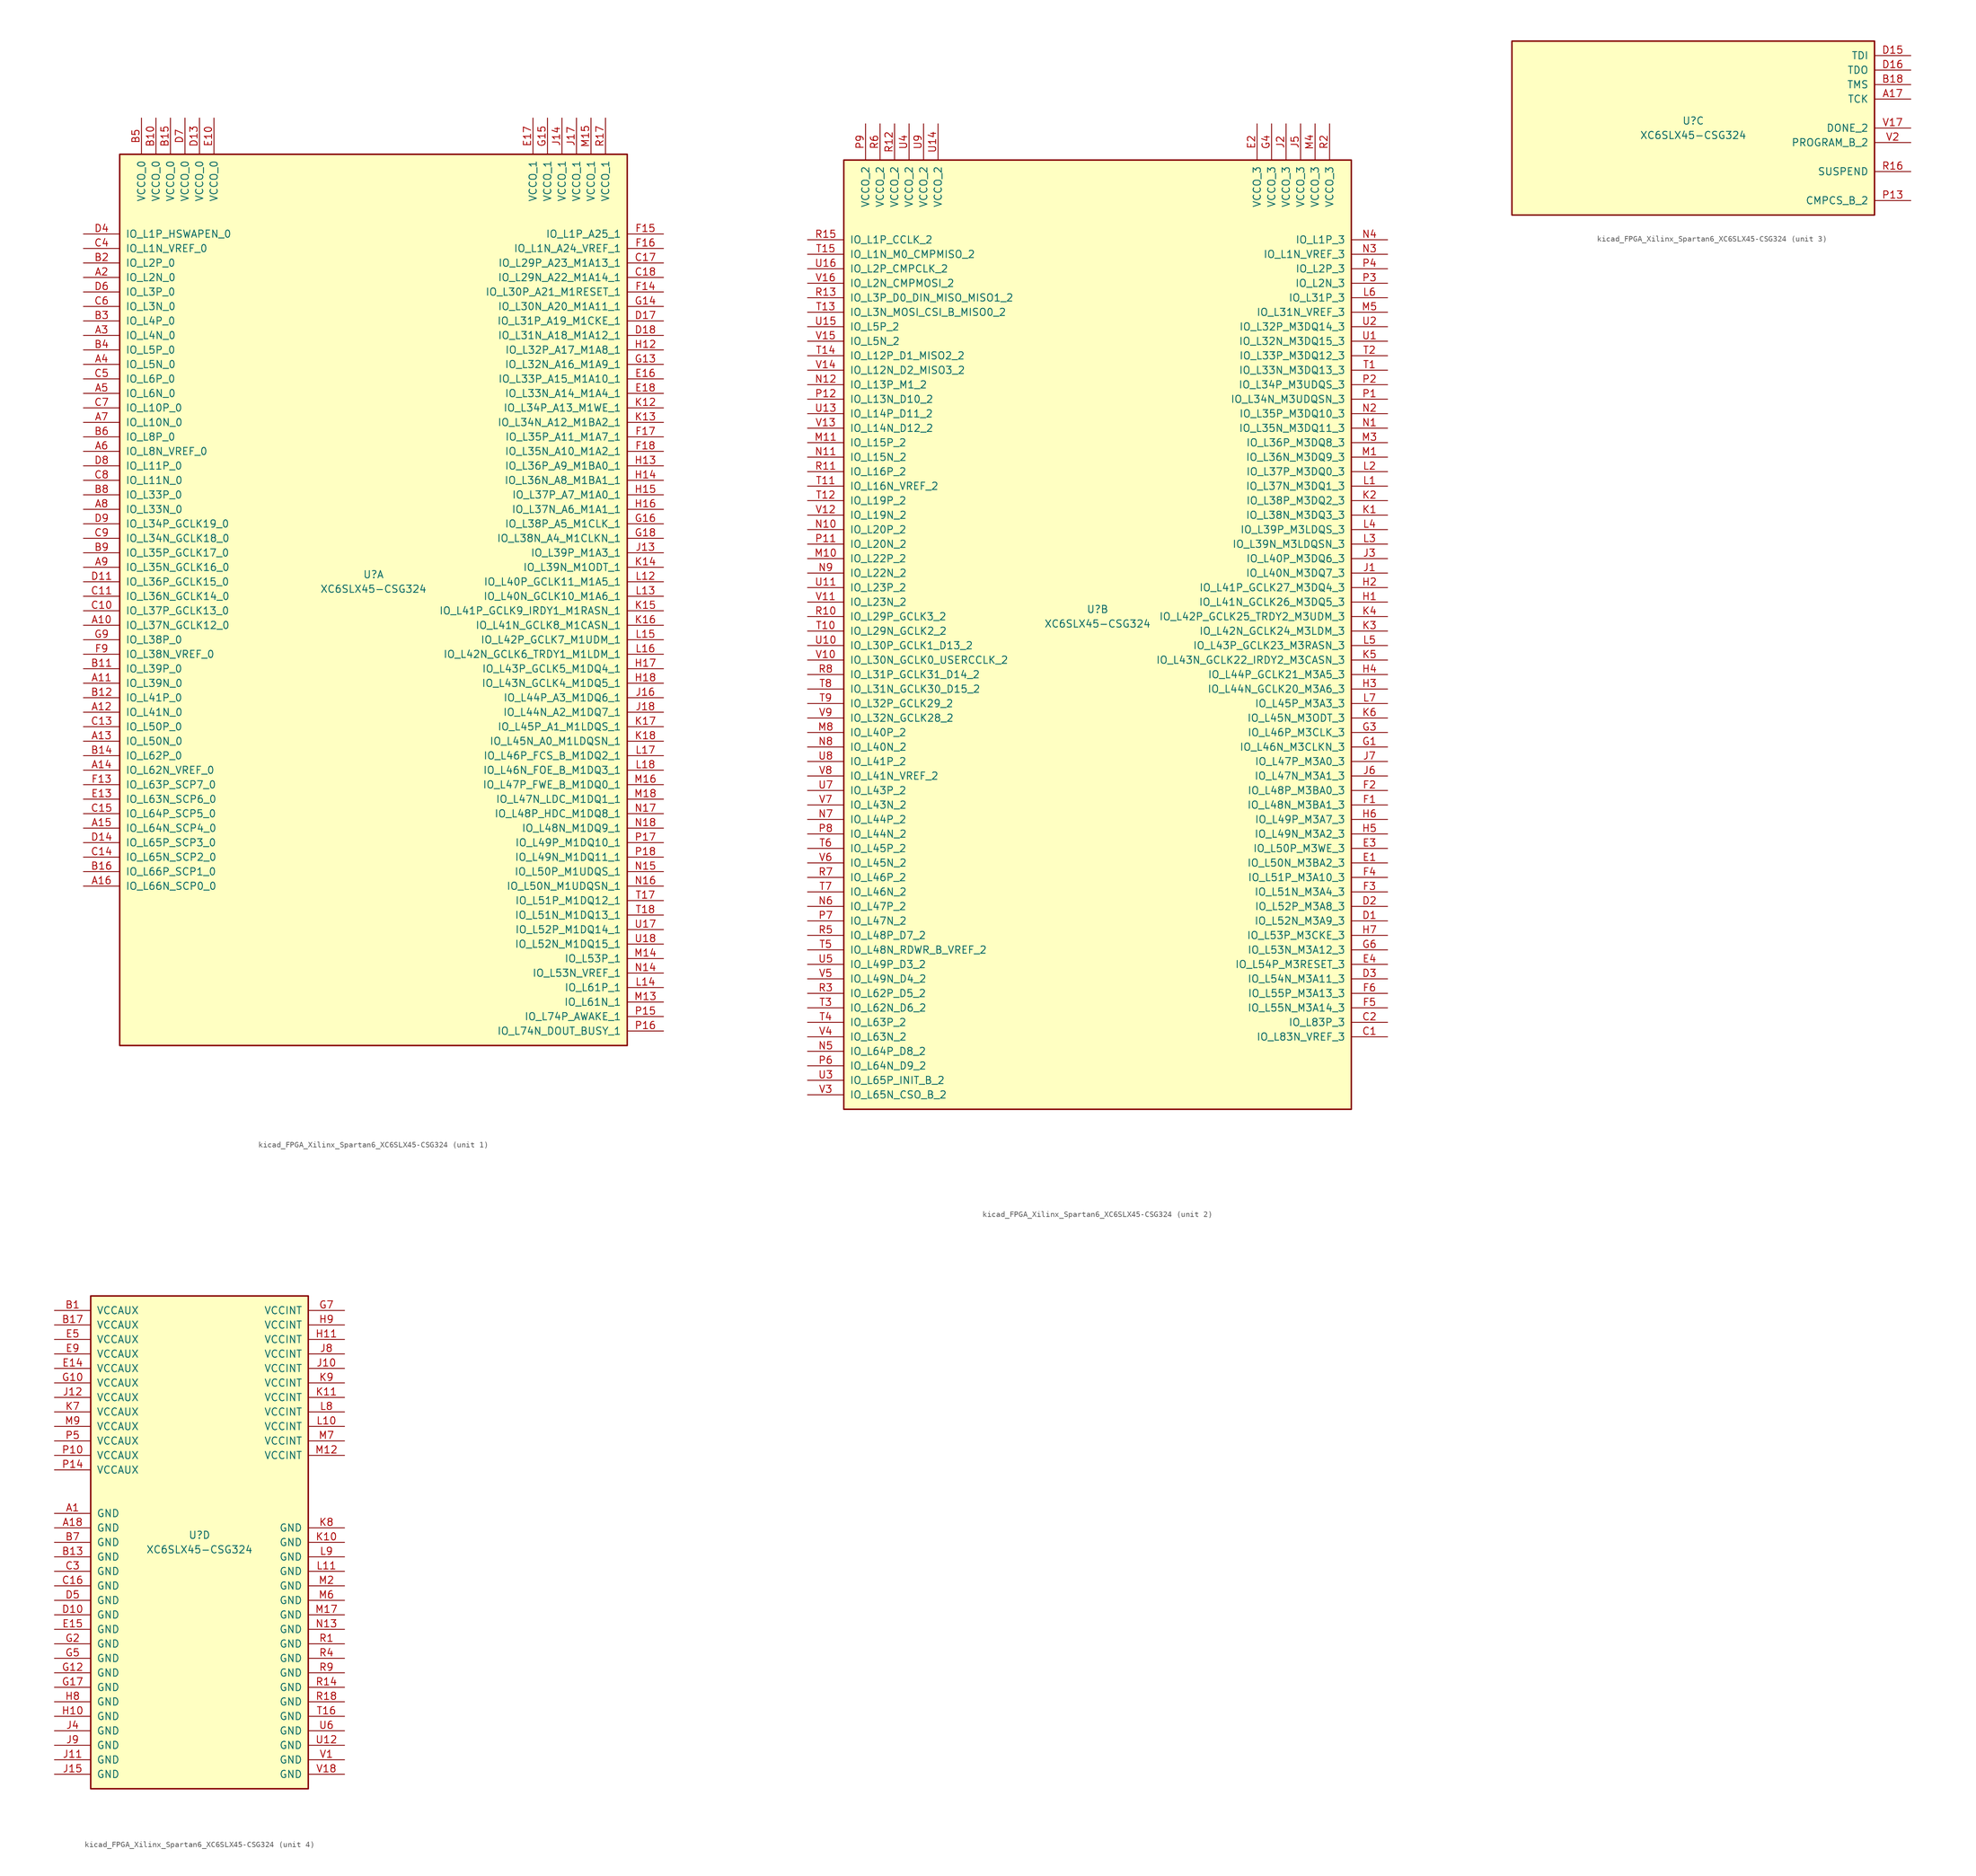
<source format=kicad_sym>
(kicad_symbol_lib
  (version 20220914)
  (generator kicad_symbol_editor)
  (symbol "kicad_FPGA_Xilinx_Spartan6_XC6SLX45-CSG324"
    (pin_names
      (offset 1.016))
    (property "Reference" "U"
      (at 0 1.27 0)
      (effects (font (size 1.27 1.27))))
    (property "Value" "XC6SLX45-CSG324"
      (at 0 -1.27 0)
      (effects (font (size 1.27 1.27))))
    (property "Datasheet" ""
      (at 0 0 0)
      (effects (font (size 1.27 1.27))))
    (property "ki_locked" ""
      (at 0 0 0)
      (effects (font (size 1.27 1.27))))
    (symbol "kicad_FPGA_Xilinx_Spartan6_XC6SLX45-CSG324_1_1"
      (rectangle (start -44.45 74.93) (end 44.45 -81.28) (stroke (width 0.254) (type default)) (fill (type background)))
      (pin bidirectional line (at -50.8 -7.62 0) (length 6.35) (name "IO_L37N_GCLK12_0" (effects (font (size 1.27 1.27)))) (number "A10" (effects (font (size 1.27 1.27)))))
      (pin bidirectional line (at -50.8 -17.78 0) (length 6.35) (name "IO_L39N_0" (effects (font (size 1.27 1.27)))) (number "A11" (effects (font (size 1.27 1.27)))))
      (pin bidirectional line (at -50.8 -22.86 0) (length 6.35) (name "IO_L41N_0" (effects (font (size 1.27 1.27)))) (number "A12" (effects (font (size 1.27 1.27)))))
      (pin bidirectional line (at -50.8 -27.94 0) (length 6.35) (name "IO_L50N_0" (effects (font (size 1.27 1.27)))) (number "A13" (effects (font (size 1.27 1.27)))))
      (pin bidirectional line (at -50.8 -33.02 0) (length 6.35) (name "IO_L62N_VREF_0" (effects (font (size 1.27 1.27)))) (number "A14" (effects (font (size 1.27 1.27)))))
      (pin bidirectional line (at -50.8 -43.18 0) (length 6.35) (name "IO_L64N_SCP4_0" (effects (font (size 1.27 1.27)))) (number "A15" (effects (font (size 1.27 1.27)))))
      (pin bidirectional line (at -50.8 -53.34 0) (length 6.35) (name "IO_L66N_SCP0_0" (effects (font (size 1.27 1.27)))) (number "A16" (effects (font (size 1.27 1.27)))))
      (pin bidirectional line (at -50.8 53.34 0) (length 6.35) (name "IO_L2N_0" (effects (font (size 1.27 1.27)))) (number "A2" (effects (font (size 1.27 1.27)))))
      (pin bidirectional line (at -50.8 43.18 0) (length 6.35) (name "IO_L4N_0" (effects (font (size 1.27 1.27)))) (number "A3" (effects (font (size 1.27 1.27)))))
      (pin bidirectional line (at -50.8 38.1 0) (length 6.35) (name "IO_L5N_0" (effects (font (size 1.27 1.27)))) (number "A4" (effects (font (size 1.27 1.27)))))
      (pin bidirectional line (at -50.8 33.02 0) (length 6.35) (name "IO_L6N_0" (effects (font (size 1.27 1.27)))) (number "A5" (effects (font (size 1.27 1.27)))))
      (pin bidirectional line (at -50.8 22.86 0) (length 6.35) (name "IO_L8N_VREF_0" (effects (font (size 1.27 1.27)))) (number "A6" (effects (font (size 1.27 1.27)))))
      (pin bidirectional line (at -50.8 27.94 0) (length 6.35) (name "IO_L10N_0" (effects (font (size 1.27 1.27)))) (number "A7" (effects (font (size 1.27 1.27)))))
      (pin bidirectional line (at -50.8 12.7 0) (length 6.35) (name "IO_L33N_0" (effects (font (size 1.27 1.27)))) (number "A8" (effects (font (size 1.27 1.27)))))
      (pin bidirectional line (at -50.8 2.54 0) (length 6.35) (name "IO_L35N_GCLK16_0" (effects (font (size 1.27 1.27)))) (number "A9" (effects (font (size 1.27 1.27)))))
      (pin power_in line (at -38.1 81.28 270) (length 6.35) (name "VCCO_0" (effects (font (size 1.27 1.27)))) (number "B10" (effects (font (size 1.27 1.27)))))
      (pin bidirectional line (at -50.8 -15.24 0) (length 6.35) (name "IO_L39P_0" (effects (font (size 1.27 1.27)))) (number "B11" (effects (font (size 1.27 1.27)))))
      (pin bidirectional line (at -50.8 -20.32 0) (length 6.35) (name "IO_L41P_0" (effects (font (size 1.27 1.27)))) (number "B12" (effects (font (size 1.27 1.27)))))
      (pin bidirectional line (at -50.8 -30.48 0) (length 6.35) (name "IO_L62P_0" (effects (font (size 1.27 1.27)))) (number "B14" (effects (font (size 1.27 1.27)))))
      (pin power_in line (at -35.56 81.28 270) (length 6.35) (name "VCCO_0" (effects (font (size 1.27 1.27)))) (number "B15" (effects (font (size 1.27 1.27)))))
      (pin bidirectional line (at -50.8 -50.8 0) (length 6.35) (name "IO_L66P_SCP1_0" (effects (font (size 1.27 1.27)))) (number "B16" (effects (font (size 1.27 1.27)))))
      (pin bidirectional line (at -50.8 55.88 0) (length 6.35) (name "IO_L2P_0" (effects (font (size 1.27 1.27)))) (number "B2" (effects (font (size 1.27 1.27)))))
      (pin bidirectional line (at -50.8 45.72 0) (length 6.35) (name "IO_L4P_0" (effects (font (size 1.27 1.27)))) (number "B3" (effects (font (size 1.27 1.27)))))
      (pin bidirectional line (at -50.8 40.64 0) (length 6.35) (name "IO_L5P_0" (effects (font (size 1.27 1.27)))) (number "B4" (effects (font (size 1.27 1.27)))))
      (pin power_in line (at -40.64 81.28 270) (length 6.35) (name "VCCO_0" (effects (font (size 1.27 1.27)))) (number "B5" (effects (font (size 1.27 1.27)))))
      (pin bidirectional line (at -50.8 25.4 0) (length 6.35) (name "IO_L8P_0" (effects (font (size 1.27 1.27)))) (number "B6" (effects (font (size 1.27 1.27)))))
      (pin bidirectional line (at -50.8 15.24 0) (length 6.35) (name "IO_L33P_0" (effects (font (size 1.27 1.27)))) (number "B8" (effects (font (size 1.27 1.27)))))
      (pin bidirectional line (at -50.8 5.08 0) (length 6.35) (name "IO_L35P_GCLK17_0" (effects (font (size 1.27 1.27)))) (number "B9" (effects (font (size 1.27 1.27)))))
      (pin bidirectional line (at -50.8 -5.08 0) (length 6.35) (name "IO_L37P_GCLK13_0" (effects (font (size 1.27 1.27)))) (number "C10" (effects (font (size 1.27 1.27)))))
      (pin bidirectional line (at -50.8 -2.54 0) (length 6.35) (name "IO_L36N_GCLK14_0" (effects (font (size 1.27 1.27)))) (number "C11" (effects (font (size 1.27 1.27)))))
      (pin bidirectional line (at -50.8 -25.4 0) (length 6.35) (name "IO_L50P_0" (effects (font (size 1.27 1.27)))) (number "C13" (effects (font (size 1.27 1.27)))))
      (pin bidirectional line (at -50.8 -48.26 0) (length 6.35) (name "IO_L65N_SCP2_0" (effects (font (size 1.27 1.27)))) (number "C14" (effects (font (size 1.27 1.27)))))
      (pin bidirectional line (at -50.8 -40.64 0) (length 6.35) (name "IO_L64P_SCP5_0" (effects (font (size 1.27 1.27)))) (number "C15" (effects (font (size 1.27 1.27)))))
      (pin bidirectional line (at 50.8 55.88 180) (length 6.35) (name "IO_L29P_A23_M1A13_1" (effects (font (size 1.27 1.27)))) (number "C17" (effects (font (size 1.27 1.27)))))
      (pin bidirectional line (at 50.8 53.34 180) (length 6.35) (name "IO_L29N_A22_M1A14_1" (effects (font (size 1.27 1.27)))) (number "C18" (effects (font (size 1.27 1.27)))))
      (pin bidirectional line (at -50.8 58.42 0) (length 6.35) (name "IO_L1N_VREF_0" (effects (font (size 1.27 1.27)))) (number "C4" (effects (font (size 1.27 1.27)))))
      (pin bidirectional line (at -50.8 35.56 0) (length 6.35) (name "IO_L6P_0" (effects (font (size 1.27 1.27)))) (number "C5" (effects (font (size 1.27 1.27)))))
      (pin bidirectional line (at -50.8 48.26 0) (length 6.35) (name "IO_L3N_0" (effects (font (size 1.27 1.27)))) (number "C6" (effects (font (size 1.27 1.27)))))
      (pin bidirectional line (at -50.8 30.48 0) (length 6.35) (name "IO_L10P_0" (effects (font (size 1.27 1.27)))) (number "C7" (effects (font (size 1.27 1.27)))))
      (pin bidirectional line (at -50.8 17.78 0) (length 6.35) (name "IO_L11N_0" (effects (font (size 1.27 1.27)))) (number "C8" (effects (font (size 1.27 1.27)))))
      (pin bidirectional line (at -50.8 7.62 0) (length 6.35) (name "IO_L34N_GCLK18_0" (effects (font (size 1.27 1.27)))) (number "C9" (effects (font (size 1.27 1.27)))))
      (pin bidirectional line (at -50.8 0 0) (length 6.35) (name "IO_L36P_GCLK15_0" (effects (font (size 1.27 1.27)))) (number "D11" (effects (font (size 1.27 1.27)))))
      (pin power_in line (at -30.48 81.28 270) (length 6.35) (name "VCCO_0" (effects (font (size 1.27 1.27)))) (number "D13" (effects (font (size 1.27 1.27)))))
      (pin bidirectional line (at -50.8 -45.72 0) (length 6.35) (name "IO_L65P_SCP3_0" (effects (font (size 1.27 1.27)))) (number "D14" (effects (font (size 1.27 1.27)))))
      (pin bidirectional line (at 50.8 45.72 180) (length 6.35) (name "IO_L31P_A19_M1CKE_1" (effects (font (size 1.27 1.27)))) (number "D17" (effects (font (size 1.27 1.27)))))
      (pin bidirectional line (at 50.8 43.18 180) (length 6.35) (name "IO_L31N_A18_M1A12_1" (effects (font (size 1.27 1.27)))) (number "D18" (effects (font (size 1.27 1.27)))))
      (pin bidirectional line (at -50.8 60.96 0) (length 6.35) (name "IO_L1P_HSWAPEN_0" (effects (font (size 1.27 1.27)))) (number "D4" (effects (font (size 1.27 1.27)))))
      (pin bidirectional line (at -50.8 50.8 0) (length 6.35) (name "IO_L3P_0" (effects (font (size 1.27 1.27)))) (number "D6" (effects (font (size 1.27 1.27)))))
      (pin power_in line (at -33.02 81.28 270) (length 6.35) (name "VCCO_0" (effects (font (size 1.27 1.27)))) (number "D7" (effects (font (size 1.27 1.27)))))
      (pin bidirectional line (at -50.8 20.32 0) (length 6.35) (name "IO_L11P_0" (effects (font (size 1.27 1.27)))) (number "D8" (effects (font (size 1.27 1.27)))))
      (pin bidirectional line (at -50.8 10.16 0) (length 6.35) (name "IO_L34P_GCLK19_0" (effects (font (size 1.27 1.27)))) (number "D9" (effects (font (size 1.27 1.27)))))
      (pin power_in line (at -27.94 81.28 270) (length 6.35) (name "VCCO_0" (effects (font (size 1.27 1.27)))) (number "E10" (effects (font (size 1.27 1.27)))))
      (pin bidirectional line (at -50.8 -38.1 0) (length 6.35) (name "IO_L63N_SCP6_0" (effects (font (size 1.27 1.27)))) (number "E13" (effects (font (size 1.27 1.27)))))
      (pin bidirectional line (at 50.8 35.56 180) (length 6.35) (name "IO_L33P_A15_M1A10_1" (effects (font (size 1.27 1.27)))) (number "E16" (effects (font (size 1.27 1.27)))))
      (pin power_in line (at 27.94 81.28 270) (length 6.35) (name "VCCO_1" (effects (font (size 1.27 1.27)))) (number "E17" (effects (font (size 1.27 1.27)))))
      (pin bidirectional line (at 50.8 33.02 180) (length 6.35) (name "IO_L33N_A14_M1A4_1" (effects (font (size 1.27 1.27)))) (number "E18" (effects (font (size 1.27 1.27)))))
      (pin bidirectional line (at -50.8 -35.56 0) (length 6.35) (name "IO_L63P_SCP7_0" (effects (font (size 1.27 1.27)))) (number "F13" (effects (font (size 1.27 1.27)))))
      (pin bidirectional line (at 50.8 50.8 180) (length 6.35) (name "IO_L30P_A21_M1RESET_1" (effects (font (size 1.27 1.27)))) (number "F14" (effects (font (size 1.27 1.27)))))
      (pin bidirectional line (at 50.8 60.96 180) (length 6.35) (name "IO_L1P_A25_1" (effects (font (size 1.27 1.27)))) (number "F15" (effects (font (size 1.27 1.27)))))
      (pin bidirectional line (at 50.8 58.42 180) (length 6.35) (name "IO_L1N_A24_VREF_1" (effects (font (size 1.27 1.27)))) (number "F16" (effects (font (size 1.27 1.27)))))
      (pin bidirectional line (at 50.8 25.4 180) (length 6.35) (name "IO_L35P_A11_M1A7_1" (effects (font (size 1.27 1.27)))) (number "F17" (effects (font (size 1.27 1.27)))))
      (pin bidirectional line (at 50.8 22.86 180) (length 6.35) (name "IO_L35N_A10_M1A2_1" (effects (font (size 1.27 1.27)))) (number "F18" (effects (font (size 1.27 1.27)))))
      (pin bidirectional line (at -50.8 -12.7 0) (length 6.35) (name "IO_L38N_VREF_0" (effects (font (size 1.27 1.27)))) (number "F9" (effects (font (size 1.27 1.27)))))
      (pin bidirectional line (at 50.8 38.1 180) (length 6.35) (name "IO_L32N_A16_M1A9_1" (effects (font (size 1.27 1.27)))) (number "G13" (effects (font (size 1.27 1.27)))))
      (pin bidirectional line (at 50.8 48.26 180) (length 6.35) (name "IO_L30N_A20_M1A11_1" (effects (font (size 1.27 1.27)))) (number "G14" (effects (font (size 1.27 1.27)))))
      (pin power_in line (at 30.48 81.28 270) (length 6.35) (name "VCCO_1" (effects (font (size 1.27 1.27)))) (number "G15" (effects (font (size 1.27 1.27)))))
      (pin bidirectional line (at 50.8 10.16 180) (length 6.35) (name "IO_L38P_A5_M1CLK_1" (effects (font (size 1.27 1.27)))) (number "G16" (effects (font (size 1.27 1.27)))))
      (pin bidirectional line (at 50.8 7.62 180) (length 6.35) (name "IO_L38N_A4_M1CLKN_1" (effects (font (size 1.27 1.27)))) (number "G18" (effects (font (size 1.27 1.27)))))
      (pin bidirectional line (at -50.8 -10.16 0) (length 6.35) (name "IO_L38P_0" (effects (font (size 1.27 1.27)))) (number "G9" (effects (font (size 1.27 1.27)))))
      (pin bidirectional line (at 50.8 40.64 180) (length 6.35) (name "IO_L32P_A17_M1A8_1" (effects (font (size 1.27 1.27)))) (number "H12" (effects (font (size 1.27 1.27)))))
      (pin bidirectional line (at 50.8 20.32 180) (length 6.35) (name "IO_L36P_A9_M1BA0_1" (effects (font (size 1.27 1.27)))) (number "H13" (effects (font (size 1.27 1.27)))))
      (pin bidirectional line (at 50.8 17.78 180) (length 6.35) (name "IO_L36N_A8_M1BA1_1" (effects (font (size 1.27 1.27)))) (number "H14" (effects (font (size 1.27 1.27)))))
      (pin bidirectional line (at 50.8 15.24 180) (length 6.35) (name "IO_L37P_A7_M1A0_1" (effects (font (size 1.27 1.27)))) (number "H15" (effects (font (size 1.27 1.27)))))
      (pin bidirectional line (at 50.8 12.7 180) (length 6.35) (name "IO_L37N_A6_M1A1_1" (effects (font (size 1.27 1.27)))) (number "H16" (effects (font (size 1.27 1.27)))))
      (pin bidirectional line (at 50.8 -15.24 180) (length 6.35) (name "IO_L43P_GCLK5_M1DQ4_1" (effects (font (size 1.27 1.27)))) (number "H17" (effects (font (size 1.27 1.27)))))
      (pin bidirectional line (at 50.8 -17.78 180) (length 6.35) (name "IO_L43N_GCLK4_M1DQ5_1" (effects (font (size 1.27 1.27)))) (number "H18" (effects (font (size 1.27 1.27)))))
      (pin bidirectional line (at 50.8 5.08 180) (length 6.35) (name "IO_L39P_M1A3_1" (effects (font (size 1.27 1.27)))) (number "J13" (effects (font (size 1.27 1.27)))))
      (pin power_in line (at 33.02 81.28 270) (length 6.35) (name "VCCO_1" (effects (font (size 1.27 1.27)))) (number "J14" (effects (font (size 1.27 1.27)))))
      (pin bidirectional line (at 50.8 -20.32 180) (length 6.35) (name "IO_L44P_A3_M1DQ6_1" (effects (font (size 1.27 1.27)))) (number "J16" (effects (font (size 1.27 1.27)))))
      (pin power_in line (at 35.56 81.28 270) (length 6.35) (name "VCCO_1" (effects (font (size 1.27 1.27)))) (number "J17" (effects (font (size 1.27 1.27)))))
      (pin bidirectional line (at 50.8 -22.86 180) (length 6.35) (name "IO_L44N_A2_M1DQ7_1" (effects (font (size 1.27 1.27)))) (number "J18" (effects (font (size 1.27 1.27)))))
      (pin bidirectional line (at 50.8 30.48 180) (length 6.35) (name "IO_L34P_A13_M1WE_1" (effects (font (size 1.27 1.27)))) (number "K12" (effects (font (size 1.27 1.27)))))
      (pin bidirectional line (at 50.8 27.94 180) (length 6.35) (name "IO_L34N_A12_M1BA2_1" (effects (font (size 1.27 1.27)))) (number "K13" (effects (font (size 1.27 1.27)))))
      (pin bidirectional line (at 50.8 2.54 180) (length 6.35) (name "IO_L39N_M1ODT_1" (effects (font (size 1.27 1.27)))) (number "K14" (effects (font (size 1.27 1.27)))))
      (pin bidirectional line (at 50.8 -5.08 180) (length 6.35) (name "IO_L41P_GCLK9_IRDY1_M1RASN_1" (effects (font (size 1.27 1.27)))) (number "K15" (effects (font (size 1.27 1.27)))))
      (pin bidirectional line (at 50.8 -7.62 180) (length 6.35) (name "IO_L41N_GCLK8_M1CASN_1" (effects (font (size 1.27 1.27)))) (number "K16" (effects (font (size 1.27 1.27)))))
      (pin bidirectional line (at 50.8 -25.4 180) (length 6.35) (name "IO_L45P_A1_M1LDQS_1" (effects (font (size 1.27 1.27)))) (number "K17" (effects (font (size 1.27 1.27)))))
      (pin bidirectional line (at 50.8 -27.94 180) (length 6.35) (name "IO_L45N_A0_M1LDQSN_1" (effects (font (size 1.27 1.27)))) (number "K18" (effects (font (size 1.27 1.27)))))
      (pin bidirectional line (at 50.8 0 180) (length 6.35) (name "IO_L40P_GCLK11_M1A5_1" (effects (font (size 1.27 1.27)))) (number "L12" (effects (font (size 1.27 1.27)))))
      (pin bidirectional line (at 50.8 -2.54 180) (length 6.35) (name "IO_L40N_GCLK10_M1A6_1" (effects (font (size 1.27 1.27)))) (number "L13" (effects (font (size 1.27 1.27)))))
      (pin bidirectional line (at 50.8 -71.12 180) (length 6.35) (name "IO_L61P_1" (effects (font (size 1.27 1.27)))) (number "L14" (effects (font (size 1.27 1.27)))))
      (pin bidirectional line (at 50.8 -10.16 180) (length 6.35) (name "IO_L42P_GCLK7_M1UDM_1" (effects (font (size 1.27 1.27)))) (number "L15" (effects (font (size 1.27 1.27)))))
      (pin bidirectional line (at 50.8 -12.7 180) (length 6.35) (name "IO_L42N_GCLK6_TRDY1_M1LDM_1" (effects (font (size 1.27 1.27)))) (number "L16" (effects (font (size 1.27 1.27)))))
      (pin bidirectional line (at 50.8 -30.48 180) (length 6.35) (name "IO_L46P_FCS_B_M1DQ2_1" (effects (font (size 1.27 1.27)))) (number "L17" (effects (font (size 1.27 1.27)))))
      (pin bidirectional line (at 50.8 -33.02 180) (length 6.35) (name "IO_L46N_FOE_B_M1DQ3_1" (effects (font (size 1.27 1.27)))) (number "L18" (effects (font (size 1.27 1.27)))))
      (pin bidirectional line (at 50.8 -73.66 180) (length 6.35) (name "IO_L61N_1" (effects (font (size 1.27 1.27)))) (number "M13" (effects (font (size 1.27 1.27)))))
      (pin bidirectional line (at 50.8 -66.04 180) (length 6.35) (name "IO_L53P_1" (effects (font (size 1.27 1.27)))) (number "M14" (effects (font (size 1.27 1.27)))))
      (pin power_in line (at 38.1 81.28 270) (length 6.35) (name "VCCO_1" (effects (font (size 1.27 1.27)))) (number "M15" (effects (font (size 1.27 1.27)))))
      (pin bidirectional line (at 50.8 -35.56 180) (length 6.35) (name "IO_L47P_FWE_B_M1DQ0_1" (effects (font (size 1.27 1.27)))) (number "M16" (effects (font (size 1.27 1.27)))))
      (pin bidirectional line (at 50.8 -38.1 180) (length 6.35) (name "IO_L47N_LDC_M1DQ1_1" (effects (font (size 1.27 1.27)))) (number "M18" (effects (font (size 1.27 1.27)))))
      (pin bidirectional line (at 50.8 -68.58 180) (length 6.35) (name "IO_L53N_VREF_1" (effects (font (size 1.27 1.27)))) (number "N14" (effects (font (size 1.27 1.27)))))
      (pin bidirectional line (at 50.8 -50.8 180) (length 6.35) (name "IO_L50P_M1UDQS_1" (effects (font (size 1.27 1.27)))) (number "N15" (effects (font (size 1.27 1.27)))))
      (pin bidirectional line (at 50.8 -53.34 180) (length 6.35) (name "IO_L50N_M1UDQSN_1" (effects (font (size 1.27 1.27)))) (number "N16" (effects (font (size 1.27 1.27)))))
      (pin bidirectional line (at 50.8 -40.64 180) (length 6.35) (name "IO_L48P_HDC_M1DQ8_1" (effects (font (size 1.27 1.27)))) (number "N17" (effects (font (size 1.27 1.27)))))
      (pin bidirectional line (at 50.8 -43.18 180) (length 6.35) (name "IO_L48N_M1DQ9_1" (effects (font (size 1.27 1.27)))) (number "N18" (effects (font (size 1.27 1.27)))))
      (pin bidirectional line (at 50.8 -76.2 180) (length 6.35) (name "IO_L74P_AWAKE_1" (effects (font (size 1.27 1.27)))) (number "P15" (effects (font (size 1.27 1.27)))))
      (pin bidirectional line (at 50.8 -78.74 180) (length 6.35) (name "IO_L74N_DOUT_BUSY_1" (effects (font (size 1.27 1.27)))) (number "P16" (effects (font (size 1.27 1.27)))))
      (pin bidirectional line (at 50.8 -45.72 180) (length 6.35) (name "IO_L49P_M1DQ10_1" (effects (font (size 1.27 1.27)))) (number "P17" (effects (font (size 1.27 1.27)))))
      (pin bidirectional line (at 50.8 -48.26 180) (length 6.35) (name "IO_L49N_M1DQ11_1" (effects (font (size 1.27 1.27)))) (number "P18" (effects (font (size 1.27 1.27)))))
      (pin power_in line (at 40.64 81.28 270) (length 6.35) (name "VCCO_1" (effects (font (size 1.27 1.27)))) (number "R17" (effects (font (size 1.27 1.27)))))
      (pin bidirectional line (at 50.8 -55.88 180) (length 6.35) (name "IO_L51P_M1DQ12_1" (effects (font (size 1.27 1.27)))) (number "T17" (effects (font (size 1.27 1.27)))))
      (pin bidirectional line (at 50.8 -58.42 180) (length 6.35) (name "IO_L51N_M1DQ13_1" (effects (font (size 1.27 1.27)))) (number "T18" (effects (font (size 1.27 1.27)))))
      (pin bidirectional line (at 50.8 -60.96 180) (length 6.35) (name "IO_L52P_M1DQ14_1" (effects (font (size 1.27 1.27)))) (number "U17" (effects (font (size 1.27 1.27)))))
      (pin bidirectional line (at 50.8 -63.5 180) (length 6.35) (name "IO_L52N_M1DQ15_1" (effects (font (size 1.27 1.27)))) (number "U18" (effects (font (size 1.27 1.27))))))
    (symbol "kicad_FPGA_Xilinx_Spartan6_XC6SLX45-CSG324_2_1"
      (rectangle (start -44.45 80.01) (end 44.45 -86.36) (stroke (width 0.254) (type default)) (fill (type background)))
      (pin bidirectional line (at 50.8 -73.66 180) (length 6.35) (name "IO_L83N_VREF_3" (effects (font (size 1.27 1.27)))) (number "C1" (effects (font (size 1.27 1.27)))))
      (pin bidirectional line (at 50.8 -71.12 180) (length 6.35) (name "IO_L83P_3" (effects (font (size 1.27 1.27)))) (number "C2" (effects (font (size 1.27 1.27)))))
      (pin bidirectional line (at 50.8 -53.34 180) (length 6.35) (name "IO_L52N_M3A9_3" (effects (font (size 1.27 1.27)))) (number "D1" (effects (font (size 1.27 1.27)))))
      (pin bidirectional line (at 50.8 -50.8 180) (length 6.35) (name "IO_L52P_M3A8_3" (effects (font (size 1.27 1.27)))) (number "D2" (effects (font (size 1.27 1.27)))))
      (pin bidirectional line (at 50.8 -63.5 180) (length 6.35) (name "IO_L54N_M3A11_3" (effects (font (size 1.27 1.27)))) (number "D3" (effects (font (size 1.27 1.27)))))
      (pin bidirectional line (at 50.8 -43.18 180) (length 6.35) (name "IO_L50N_M3BA2_3" (effects (font (size 1.27 1.27)))) (number "E1" (effects (font (size 1.27 1.27)))))
      (pin power_in line (at 27.94 86.36 270) (length 6.35) (name "VCCO_3" (effects (font (size 1.27 1.27)))) (number "E2" (effects (font (size 1.27 1.27)))))
      (pin bidirectional line (at 50.8 -40.64 180) (length 6.35) (name "IO_L50P_M3WE_3" (effects (font (size 1.27 1.27)))) (number "E3" (effects (font (size 1.27 1.27)))))
      (pin bidirectional line (at 50.8 -60.96 180) (length 6.35) (name "IO_L54P_M3RESET_3" (effects (font (size 1.27 1.27)))) (number "E4" (effects (font (size 1.27 1.27)))))
      (pin bidirectional line (at 50.8 -33.02 180) (length 6.35) (name "IO_L48N_M3BA1_3" (effects (font (size 1.27 1.27)))) (number "F1" (effects (font (size 1.27 1.27)))))
      (pin bidirectional line (at 50.8 -30.48 180) (length 6.35) (name "IO_L48P_M3BA0_3" (effects (font (size 1.27 1.27)))) (number "F2" (effects (font (size 1.27 1.27)))))
      (pin bidirectional line (at 50.8 -48.26 180) (length 6.35) (name "IO_L51N_M3A4_3" (effects (font (size 1.27 1.27)))) (number "F3" (effects (font (size 1.27 1.27)))))
      (pin bidirectional line (at 50.8 -45.72 180) (length 6.35) (name "IO_L51P_M3A10_3" (effects (font (size 1.27 1.27)))) (number "F4" (effects (font (size 1.27 1.27)))))
      (pin bidirectional line (at 50.8 -68.58 180) (length 6.35) (name "IO_L55N_M3A14_3" (effects (font (size 1.27 1.27)))) (number "F5" (effects (font (size 1.27 1.27)))))
      (pin bidirectional line (at 50.8 -66.04 180) (length 6.35) (name "IO_L55P_M3A13_3" (effects (font (size 1.27 1.27)))) (number "F6" (effects (font (size 1.27 1.27)))))
      (pin bidirectional line (at 50.8 -22.86 180) (length 6.35) (name "IO_L46N_M3CLKN_3" (effects (font (size 1.27 1.27)))) (number "G1" (effects (font (size 1.27 1.27)))))
      (pin bidirectional line (at 50.8 -20.32 180) (length 6.35) (name "IO_L46P_M3CLK_3" (effects (font (size 1.27 1.27)))) (number "G3" (effects (font (size 1.27 1.27)))))
      (pin power_in line (at 30.48 86.36 270) (length 6.35) (name "VCCO_3" (effects (font (size 1.27 1.27)))) (number "G4" (effects (font (size 1.27 1.27)))))
      (pin bidirectional line (at 50.8 -58.42 180) (length 6.35) (name "IO_L53N_M3A12_3" (effects (font (size 1.27 1.27)))) (number "G6" (effects (font (size 1.27 1.27)))))
      (pin bidirectional line (at 50.8 2.54 180) (length 6.35) (name "IO_L41N_GCLK26_M3DQ5_3" (effects (font (size 1.27 1.27)))) (number "H1" (effects (font (size 1.27 1.27)))))
      (pin bidirectional line (at 50.8 5.08 180) (length 6.35) (name "IO_L41P_GCLK27_M3DQ4_3" (effects (font (size 1.27 1.27)))) (number "H2" (effects (font (size 1.27 1.27)))))
      (pin bidirectional line (at 50.8 -12.7 180) (length 6.35) (name "IO_L44N_GCLK20_M3A6_3" (effects (font (size 1.27 1.27)))) (number "H3" (effects (font (size 1.27 1.27)))))
      (pin bidirectional line (at 50.8 -10.16 180) (length 6.35) (name "IO_L44P_GCLK21_M3A5_3" (effects (font (size 1.27 1.27)))) (number "H4" (effects (font (size 1.27 1.27)))))
      (pin bidirectional line (at 50.8 -38.1 180) (length 6.35) (name "IO_L49N_M3A2_3" (effects (font (size 1.27 1.27)))) (number "H5" (effects (font (size 1.27 1.27)))))
      (pin bidirectional line (at 50.8 -35.56 180) (length 6.35) (name "IO_L49P_M3A7_3" (effects (font (size 1.27 1.27)))) (number "H6" (effects (font (size 1.27 1.27)))))
      (pin bidirectional line (at 50.8 -55.88 180) (length 6.35) (name "IO_L53P_M3CKE_3" (effects (font (size 1.27 1.27)))) (number "H7" (effects (font (size 1.27 1.27)))))
      (pin bidirectional line (at 50.8 7.62 180) (length 6.35) (name "IO_L40N_M3DQ7_3" (effects (font (size 1.27 1.27)))) (number "J1" (effects (font (size 1.27 1.27)))))
      (pin power_in line (at 33.02 86.36 270) (length 6.35) (name "VCCO_3" (effects (font (size 1.27 1.27)))) (number "J2" (effects (font (size 1.27 1.27)))))
      (pin bidirectional line (at 50.8 10.16 180) (length 6.35) (name "IO_L40P_M3DQ6_3" (effects (font (size 1.27 1.27)))) (number "J3" (effects (font (size 1.27 1.27)))))
      (pin power_in line (at 35.56 86.36 270) (length 6.35) (name "VCCO_3" (effects (font (size 1.27 1.27)))) (number "J5" (effects (font (size 1.27 1.27)))))
      (pin bidirectional line (at 50.8 -27.94 180) (length 6.35) (name "IO_L47N_M3A1_3" (effects (font (size 1.27 1.27)))) (number "J6" (effects (font (size 1.27 1.27)))))
      (pin bidirectional line (at 50.8 -25.4 180) (length 6.35) (name "IO_L47P_M3A0_3" (effects (font (size 1.27 1.27)))) (number "J7" (effects (font (size 1.27 1.27)))))
      (pin bidirectional line (at 50.8 17.78 180) (length 6.35) (name "IO_L38N_M3DQ3_3" (effects (font (size 1.27 1.27)))) (number "K1" (effects (font (size 1.27 1.27)))))
      (pin bidirectional line (at 50.8 20.32 180) (length 6.35) (name "IO_L38P_M3DQ2_3" (effects (font (size 1.27 1.27)))) (number "K2" (effects (font (size 1.27 1.27)))))
      (pin bidirectional line (at 50.8 -2.54 180) (length 6.35) (name "IO_L42N_GCLK24_M3LDM_3" (effects (font (size 1.27 1.27)))) (number "K3" (effects (font (size 1.27 1.27)))))
      (pin bidirectional line (at 50.8 0 180) (length 6.35) (name "IO_L42P_GCLK25_TRDY2_M3UDM_3" (effects (font (size 1.27 1.27)))) (number "K4" (effects (font (size 1.27 1.27)))))
      (pin bidirectional line (at 50.8 -7.62 180) (length 6.35) (name "IO_L43N_GCLK22_IRDY2_M3CASN_3" (effects (font (size 1.27 1.27)))) (number "K5" (effects (font (size 1.27 1.27)))))
      (pin bidirectional line (at 50.8 -17.78 180) (length 6.35) (name "IO_L45N_M3ODT_3" (effects (font (size 1.27 1.27)))) (number "K6" (effects (font (size 1.27 1.27)))))
      (pin bidirectional line (at 50.8 22.86 180) (length 6.35) (name "IO_L37N_M3DQ1_3" (effects (font (size 1.27 1.27)))) (number "L1" (effects (font (size 1.27 1.27)))))
      (pin bidirectional line (at 50.8 25.4 180) (length 6.35) (name "IO_L37P_M3DQ0_3" (effects (font (size 1.27 1.27)))) (number "L2" (effects (font (size 1.27 1.27)))))
      (pin bidirectional line (at 50.8 12.7 180) (length 6.35) (name "IO_L39N_M3LDQSN_3" (effects (font (size 1.27 1.27)))) (number "L3" (effects (font (size 1.27 1.27)))))
      (pin bidirectional line (at 50.8 15.24 180) (length 6.35) (name "IO_L39P_M3LDQS_3" (effects (font (size 1.27 1.27)))) (number "L4" (effects (font (size 1.27 1.27)))))
      (pin bidirectional line (at 50.8 -5.08 180) (length 6.35) (name "IO_L43P_GCLK23_M3RASN_3" (effects (font (size 1.27 1.27)))) (number "L5" (effects (font (size 1.27 1.27)))))
      (pin bidirectional line (at 50.8 55.88 180) (length 6.35) (name "IO_L31P_3" (effects (font (size 1.27 1.27)))) (number "L6" (effects (font (size 1.27 1.27)))))
      (pin bidirectional line (at 50.8 -15.24 180) (length 6.35) (name "IO_L45P_M3A3_3" (effects (font (size 1.27 1.27)))) (number "L7" (effects (font (size 1.27 1.27)))))
      (pin bidirectional line (at 50.8 27.94 180) (length 6.35) (name "IO_L36N_M3DQ9_3" (effects (font (size 1.27 1.27)))) (number "M1" (effects (font (size 1.27 1.27)))))
      (pin bidirectional line (at -50.8 10.16 0) (length 6.35) (name "IO_L22P_2" (effects (font (size 1.27 1.27)))) (number "M10" (effects (font (size 1.27 1.27)))))
      (pin bidirectional line (at -50.8 30.48 0) (length 6.35) (name "IO_L15P_2" (effects (font (size 1.27 1.27)))) (number "M11" (effects (font (size 1.27 1.27)))))
      (pin bidirectional line (at 50.8 30.48 180) (length 6.35) (name "IO_L36P_M3DQ8_3" (effects (font (size 1.27 1.27)))) (number "M3" (effects (font (size 1.27 1.27)))))
      (pin power_in line (at 38.1 86.36 270) (length 6.35) (name "VCCO_3" (effects (font (size 1.27 1.27)))) (number "M4" (effects (font (size 1.27 1.27)))))
      (pin bidirectional line (at 50.8 53.34 180) (length 6.35) (name "IO_L31N_VREF_3" (effects (font (size 1.27 1.27)))) (number "M5" (effects (font (size 1.27 1.27)))))
      (pin bidirectional line (at -50.8 -20.32 0) (length 6.35) (name "IO_L40P_2" (effects (font (size 1.27 1.27)))) (number "M8" (effects (font (size 1.27 1.27)))))
      (pin bidirectional line (at 50.8 33.02 180) (length 6.35) (name "IO_L35N_M3DQ11_3" (effects (font (size 1.27 1.27)))) (number "N1" (effects (font (size 1.27 1.27)))))
      (pin bidirectional line (at -50.8 15.24 0) (length 6.35) (name "IO_L20P_2" (effects (font (size 1.27 1.27)))) (number "N10" (effects (font (size 1.27 1.27)))))
      (pin bidirectional line (at -50.8 27.94 0) (length 6.35) (name "IO_L15N_2" (effects (font (size 1.27 1.27)))) (number "N11" (effects (font (size 1.27 1.27)))))
      (pin bidirectional line (at -50.8 40.64 0) (length 6.35) (name "IO_L13P_M1_2" (effects (font (size 1.27 1.27)))) (number "N12" (effects (font (size 1.27 1.27)))))
      (pin bidirectional line (at 50.8 35.56 180) (length 6.35) (name "IO_L35P_M3DQ10_3" (effects (font (size 1.27 1.27)))) (number "N2" (effects (font (size 1.27 1.27)))))
      (pin bidirectional line (at 50.8 63.5 180) (length 6.35) (name "IO_L1N_VREF_3" (effects (font (size 1.27 1.27)))) (number "N3" (effects (font (size 1.27 1.27)))))
      (pin bidirectional line (at 50.8 66.04 180) (length 6.35) (name "IO_L1P_3" (effects (font (size 1.27 1.27)))) (number "N4" (effects (font (size 1.27 1.27)))))
      (pin bidirectional line (at -50.8 -76.2 0) (length 6.35) (name "IO_L64P_D8_2" (effects (font (size 1.27 1.27)))) (number "N5" (effects (font (size 1.27 1.27)))))
      (pin bidirectional line (at -50.8 -50.8 0) (length 6.35) (name "IO_L47P_2" (effects (font (size 1.27 1.27)))) (number "N6" (effects (font (size 1.27 1.27)))))
      (pin bidirectional line (at -50.8 -35.56 0) (length 6.35) (name "IO_L44P_2" (effects (font (size 1.27 1.27)))) (number "N7" (effects (font (size 1.27 1.27)))))
      (pin bidirectional line (at -50.8 -22.86 0) (length 6.35) (name "IO_L40N_2" (effects (font (size 1.27 1.27)))) (number "N8" (effects (font (size 1.27 1.27)))))
      (pin bidirectional line (at -50.8 7.62 0) (length 6.35) (name "IO_L22N_2" (effects (font (size 1.27 1.27)))) (number "N9" (effects (font (size 1.27 1.27)))))
      (pin bidirectional line (at 50.8 38.1 180) (length 6.35) (name "IO_L34N_M3UDQSN_3" (effects (font (size 1.27 1.27)))) (number "P1" (effects (font (size 1.27 1.27)))))
      (pin bidirectional line (at -50.8 12.7 0) (length 6.35) (name "IO_L20N_2" (effects (font (size 1.27 1.27)))) (number "P11" (effects (font (size 1.27 1.27)))))
      (pin bidirectional line (at -50.8 38.1 0) (length 6.35) (name "IO_L13N_D10_2" (effects (font (size 1.27 1.27)))) (number "P12" (effects (font (size 1.27 1.27)))))
      (pin bidirectional line (at 50.8 40.64 180) (length 6.35) (name "IO_L34P_M3UDQS_3" (effects (font (size 1.27 1.27)))) (number "P2" (effects (font (size 1.27 1.27)))))
      (pin bidirectional line (at 50.8 58.42 180) (length 6.35) (name "IO_L2N_3" (effects (font (size 1.27 1.27)))) (number "P3" (effects (font (size 1.27 1.27)))))
      (pin bidirectional line (at 50.8 60.96 180) (length 6.35) (name "IO_L2P_3" (effects (font (size 1.27 1.27)))) (number "P4" (effects (font (size 1.27 1.27)))))
      (pin bidirectional line (at -50.8 -78.74 0) (length 6.35) (name "IO_L64N_D9_2" (effects (font (size 1.27 1.27)))) (number "P6" (effects (font (size 1.27 1.27)))))
      (pin bidirectional line (at -50.8 -53.34 0) (length 6.35) (name "IO_L47N_2" (effects (font (size 1.27 1.27)))) (number "P7" (effects (font (size 1.27 1.27)))))
      (pin bidirectional line (at -50.8 -38.1 0) (length 6.35) (name "IO_L44N_2" (effects (font (size 1.27 1.27)))) (number "P8" (effects (font (size 1.27 1.27)))))
      (pin power_in line (at -40.64 86.36 270) (length 6.35) (name "VCCO_2" (effects (font (size 1.27 1.27)))) (number "P9" (effects (font (size 1.27 1.27)))))
      (pin bidirectional line (at -50.8 0 0) (length 6.35) (name "IO_L29P_GCLK3_2" (effects (font (size 1.27 1.27)))) (number "R10" (effects (font (size 1.27 1.27)))))
      (pin bidirectional line (at -50.8 25.4 0) (length 6.35) (name "IO_L16P_2" (effects (font (size 1.27 1.27)))) (number "R11" (effects (font (size 1.27 1.27)))))
      (pin power_in line (at -35.56 86.36 270) (length 6.35) (name "VCCO_2" (effects (font (size 1.27 1.27)))) (number "R12" (effects (font (size 1.27 1.27)))))
      (pin bidirectional line (at -50.8 55.88 0) (length 6.35) (name "IO_L3P_D0_DIN_MISO_MISO1_2" (effects (font (size 1.27 1.27)))) (number "R13" (effects (font (size 1.27 1.27)))))
      (pin bidirectional line (at -50.8 66.04 0) (length 6.35) (name "IO_L1P_CCLK_2" (effects (font (size 1.27 1.27)))) (number "R15" (effects (font (size 1.27 1.27)))))
      (pin power_in line (at 40.64 86.36 270) (length 6.35) (name "VCCO_3" (effects (font (size 1.27 1.27)))) (number "R2" (effects (font (size 1.27 1.27)))))
      (pin bidirectional line (at -50.8 -66.04 0) (length 6.35) (name "IO_L62P_D5_2" (effects (font (size 1.27 1.27)))) (number "R3" (effects (font (size 1.27 1.27)))))
      (pin bidirectional line (at -50.8 -55.88 0) (length 6.35) (name "IO_L48P_D7_2" (effects (font (size 1.27 1.27)))) (number "R5" (effects (font (size 1.27 1.27)))))
      (pin power_in line (at -38.1 86.36 270) (length 6.35) (name "VCCO_2" (effects (font (size 1.27 1.27)))) (number "R6" (effects (font (size 1.27 1.27)))))
      (pin bidirectional line (at -50.8 -45.72 0) (length 6.35) (name "IO_L46P_2" (effects (font (size 1.27 1.27)))) (number "R7" (effects (font (size 1.27 1.27)))))
      (pin bidirectional line (at -50.8 -10.16 0) (length 6.35) (name "IO_L31P_GCLK31_D14_2" (effects (font (size 1.27 1.27)))) (number "R8" (effects (font (size 1.27 1.27)))))
      (pin bidirectional line (at 50.8 43.18 180) (length 6.35) (name "IO_L33N_M3DQ13_3" (effects (font (size 1.27 1.27)))) (number "T1" (effects (font (size 1.27 1.27)))))
      (pin bidirectional line (at -50.8 -2.54 0) (length 6.35) (name "IO_L29N_GCLK2_2" (effects (font (size 1.27 1.27)))) (number "T10" (effects (font (size 1.27 1.27)))))
      (pin bidirectional line (at -50.8 22.86 0) (length 6.35) (name "IO_L16N_VREF_2" (effects (font (size 1.27 1.27)))) (number "T11" (effects (font (size 1.27 1.27)))))
      (pin bidirectional line (at -50.8 20.32 0) (length 6.35) (name "IO_L19P_2" (effects (font (size 1.27 1.27)))) (number "T12" (effects (font (size 1.27 1.27)))))
      (pin bidirectional line (at -50.8 53.34 0) (length 6.35) (name "IO_L3N_MOSI_CSI_B_MISO0_2" (effects (font (size 1.27 1.27)))) (number "T13" (effects (font (size 1.27 1.27)))))
      (pin bidirectional line (at -50.8 45.72 0) (length 6.35) (name "IO_L12P_D1_MISO2_2" (effects (font (size 1.27 1.27)))) (number "T14" (effects (font (size 1.27 1.27)))))
      (pin bidirectional line (at -50.8 63.5 0) (length 6.35) (name "IO_L1N_M0_CMPMISO_2" (effects (font (size 1.27 1.27)))) (number "T15" (effects (font (size 1.27 1.27)))))
      (pin bidirectional line (at 50.8 45.72 180) (length 6.35) (name "IO_L33P_M3DQ12_3" (effects (font (size 1.27 1.27)))) (number "T2" (effects (font (size 1.27 1.27)))))
      (pin bidirectional line (at -50.8 -68.58 0) (length 6.35) (name "IO_L62N_D6_2" (effects (font (size 1.27 1.27)))) (number "T3" (effects (font (size 1.27 1.27)))))
      (pin bidirectional line (at -50.8 -71.12 0) (length 6.35) (name "IO_L63P_2" (effects (font (size 1.27 1.27)))) (number "T4" (effects (font (size 1.27 1.27)))))
      (pin bidirectional line (at -50.8 -58.42 0) (length 6.35) (name "IO_L48N_RDWR_B_VREF_2" (effects (font (size 1.27 1.27)))) (number "T5" (effects (font (size 1.27 1.27)))))
      (pin bidirectional line (at -50.8 -40.64 0) (length 6.35) (name "IO_L45P_2" (effects (font (size 1.27 1.27)))) (number "T6" (effects (font (size 1.27 1.27)))))
      (pin bidirectional line (at -50.8 -48.26 0) (length 6.35) (name "IO_L46N_2" (effects (font (size 1.27 1.27)))) (number "T7" (effects (font (size 1.27 1.27)))))
      (pin bidirectional line (at -50.8 -12.7 0) (length 6.35) (name "IO_L31N_GCLK30_D15_2" (effects (font (size 1.27 1.27)))) (number "T8" (effects (font (size 1.27 1.27)))))
      (pin bidirectional line (at -50.8 -15.24 0) (length 6.35) (name "IO_L32P_GCLK29_2" (effects (font (size 1.27 1.27)))) (number "T9" (effects (font (size 1.27 1.27)))))
      (pin bidirectional line (at 50.8 48.26 180) (length 6.35) (name "IO_L32N_M3DQ15_3" (effects (font (size 1.27 1.27)))) (number "U1" (effects (font (size 1.27 1.27)))))
      (pin bidirectional line (at -50.8 -5.08 0) (length 6.35) (name "IO_L30P_GCLK1_D13_2" (effects (font (size 1.27 1.27)))) (number "U10" (effects (font (size 1.27 1.27)))))
      (pin bidirectional line (at -50.8 5.08 0) (length 6.35) (name "IO_L23P_2" (effects (font (size 1.27 1.27)))) (number "U11" (effects (font (size 1.27 1.27)))))
      (pin bidirectional line (at -50.8 35.56 0) (length 6.35) (name "IO_L14P_D11_2" (effects (font (size 1.27 1.27)))) (number "U13" (effects (font (size 1.27 1.27)))))
      (pin power_in line (at -27.94 86.36 270) (length 6.35) (name "VCCO_2" (effects (font (size 1.27 1.27)))) (number "U14" (effects (font (size 1.27 1.27)))))
      (pin bidirectional line (at -50.8 50.8 0) (length 6.35) (name "IO_L5P_2" (effects (font (size 1.27 1.27)))) (number "U15" (effects (font (size 1.27 1.27)))))
      (pin bidirectional line (at -50.8 60.96 0) (length 6.35) (name "IO_L2P_CMPCLK_2" (effects (font (size 1.27 1.27)))) (number "U16" (effects (font (size 1.27 1.27)))))
      (pin bidirectional line (at 50.8 50.8 180) (length 6.35) (name "IO_L32P_M3DQ14_3" (effects (font (size 1.27 1.27)))) (number "U2" (effects (font (size 1.27 1.27)))))
      (pin bidirectional line (at -50.8 -81.28 0) (length 6.35) (name "IO_L65P_INIT_B_2" (effects (font (size 1.27 1.27)))) (number "U3" (effects (font (size 1.27 1.27)))))
      (pin power_in line (at -33.02 86.36 270) (length 6.35) (name "VCCO_2" (effects (font (size 1.27 1.27)))) (number "U4" (effects (font (size 1.27 1.27)))))
      (pin bidirectional line (at -50.8 -60.96 0) (length 6.35) (name "IO_L49P_D3_2" (effects (font (size 1.27 1.27)))) (number "U5" (effects (font (size 1.27 1.27)))))
      (pin bidirectional line (at -50.8 -30.48 0) (length 6.35) (name "IO_L43P_2" (effects (font (size 1.27 1.27)))) (number "U7" (effects (font (size 1.27 1.27)))))
      (pin bidirectional line (at -50.8 -25.4 0) (length 6.35) (name "IO_L41P_2" (effects (font (size 1.27 1.27)))) (number "U8" (effects (font (size 1.27 1.27)))))
      (pin power_in line (at -30.48 86.36 270) (length 6.35) (name "VCCO_2" (effects (font (size 1.27 1.27)))) (number "U9" (effects (font (size 1.27 1.27)))))
      (pin bidirectional line (at -50.8 -7.62 0) (length 6.35) (name "IO_L30N_GCLK0_USERCCLK_2" (effects (font (size 1.27 1.27)))) (number "V10" (effects (font (size 1.27 1.27)))))
      (pin bidirectional line (at -50.8 2.54 0) (length 6.35) (name "IO_L23N_2" (effects (font (size 1.27 1.27)))) (number "V11" (effects (font (size 1.27 1.27)))))
      (pin bidirectional line (at -50.8 17.78 0) (length 6.35) (name "IO_L19N_2" (effects (font (size 1.27 1.27)))) (number "V12" (effects (font (size 1.27 1.27)))))
      (pin bidirectional line (at -50.8 33.02 0) (length 6.35) (name "IO_L14N_D12_2" (effects (font (size 1.27 1.27)))) (number "V13" (effects (font (size 1.27 1.27)))))
      (pin bidirectional line (at -50.8 43.18 0) (length 6.35) (name "IO_L12N_D2_MISO3_2" (effects (font (size 1.27 1.27)))) (number "V14" (effects (font (size 1.27 1.27)))))
      (pin bidirectional line (at -50.8 48.26 0) (length 6.35) (name "IO_L5N_2" (effects (font (size 1.27 1.27)))) (number "V15" (effects (font (size 1.27 1.27)))))
      (pin bidirectional line (at -50.8 58.42 0) (length 6.35) (name "IO_L2N_CMPMOSI_2" (effects (font (size 1.27 1.27)))) (number "V16" (effects (font (size 1.27 1.27)))))
      (pin bidirectional line (at -50.8 -83.82 0) (length 6.35) (name "IO_L65N_CSO_B_2" (effects (font (size 1.27 1.27)))) (number "V3" (effects (font (size 1.27 1.27)))))
      (pin bidirectional line (at -50.8 -73.66 0) (length 6.35) (name "IO_L63N_2" (effects (font (size 1.27 1.27)))) (number "V4" (effects (font (size 1.27 1.27)))))
      (pin bidirectional line (at -50.8 -63.5 0) (length 6.35) (name "IO_L49N_D4_2" (effects (font (size 1.27 1.27)))) (number "V5" (effects (font (size 1.27 1.27)))))
      (pin bidirectional line (at -50.8 -43.18 0) (length 6.35) (name "IO_L45N_2" (effects (font (size 1.27 1.27)))) (number "V6" (effects (font (size 1.27 1.27)))))
      (pin bidirectional line (at -50.8 -33.02 0) (length 6.35) (name "IO_L43N_2" (effects (font (size 1.27 1.27)))) (number "V7" (effects (font (size 1.27 1.27)))))
      (pin bidirectional line (at -50.8 -27.94 0) (length 6.35) (name "IO_L41N_VREF_2" (effects (font (size 1.27 1.27)))) (number "V8" (effects (font (size 1.27 1.27)))))
      (pin bidirectional line (at -50.8 -17.78 0) (length 6.35) (name "IO_L32N_GCLK28_2" (effects (font (size 1.27 1.27)))) (number "V9" (effects (font (size 1.27 1.27))))))
    (symbol "kicad_FPGA_Xilinx_Spartan6_XC6SLX45-CSG324_3_1"
      (rectangle (start -31.75 15.24) (end 31.75 -15.24) (stroke (width 0.254) (type default)) (fill (type background)))
      (pin bidirectional line (at 38.1 5.08 180) (length 6.35) (name "TCK" (effects (font (size 1.27 1.27)))) (number "A17" (effects (font (size 1.27 1.27)))))
      (pin bidirectional line (at 38.1 7.62 180) (length 6.35) (name "TMS" (effects (font (size 1.27 1.27)))) (number "B18" (effects (font (size 1.27 1.27)))))
      (pin bidirectional line (at 38.1 12.7 180) (length 6.35) (name "TDI" (effects (font (size 1.27 1.27)))) (number "D15" (effects (font (size 1.27 1.27)))))
      (pin bidirectional line (at 38.1 10.16 180) (length 6.35) (name "TDO" (effects (font (size 1.27 1.27)))) (number "D16" (effects (font (size 1.27 1.27)))))
      (pin bidirectional line (at 38.1 -12.7 180) (length 6.35) (name "CMPCS_B_2" (effects (font (size 1.27 1.27)))) (number "P13" (effects (font (size 1.27 1.27)))))
      (pin bidirectional line (at 38.1 -7.62 180) (length 6.35) (name "SUSPEND" (effects (font (size 1.27 1.27)))) (number "R16" (effects (font (size 1.27 1.27)))))
      (pin bidirectional line (at 38.1 0 180) (length 6.35) (name "DONE_2" (effects (font (size 1.27 1.27)))) (number "V17" (effects (font (size 1.27 1.27)))))
      (pin bidirectional line (at 38.1 -2.54 180) (length 6.35) (name "PROGRAM_B_2" (effects (font (size 1.27 1.27)))) (number "V2" (effects (font (size 1.27 1.27))))))
    (symbol "kicad_FPGA_Xilinx_Spartan6_XC6SLX45-CSG324_4_1"
      (rectangle (start -19.05 43.18) (end 19.05 -43.18) (stroke (width 0.254) (type default)) (fill (type background)))
      (pin power_in line (at -25.4 5.08 0) (length 6.35) (name "GND" (effects (font (size 1.27 1.27)))) (number "A1" (effects (font (size 1.27 1.27)))))
      (pin power_in line (at -25.4 2.54 0) (length 6.35) (name "GND" (effects (font (size 1.27 1.27)))) (number "A18" (effects (font (size 1.27 1.27)))))
      (pin power_in line (at -25.4 40.64 0) (length 6.35) (name "VCCAUX" (effects (font (size 1.27 1.27)))) (number "B1" (effects (font (size 1.27 1.27)))))
      (pin power_in line (at -25.4 -2.54 0) (length 6.35) (name "GND" (effects (font (size 1.27 1.27)))) (number "B13" (effects (font (size 1.27 1.27)))))
      (pin power_in line (at -25.4 38.1 0) (length 6.35) (name "VCCAUX" (effects (font (size 1.27 1.27)))) (number "B17" (effects (font (size 1.27 1.27)))))
      (pin power_in line (at -25.4 0 0) (length 6.35) (name "GND" (effects (font (size 1.27 1.27)))) (number "B7" (effects (font (size 1.27 1.27)))))
      (pin power_in line (at -25.4 -7.62 0) (length 6.35) (name "GND" (effects (font (size 1.27 1.27)))) (number "C16" (effects (font (size 1.27 1.27)))))
      (pin power_in line (at -25.4 -5.08 0) (length 6.35) (name "GND" (effects (font (size 1.27 1.27)))) (number "C3" (effects (font (size 1.27 1.27)))))
      (pin power_in line (at -25.4 -12.7 0) (length 6.35) (name "GND" (effects (font (size 1.27 1.27)))) (number "D10" (effects (font (size 1.27 1.27)))))
      (pin power_in line (at -25.4 -10.16 0) (length 6.35) (name "GND" (effects (font (size 1.27 1.27)))) (number "D5" (effects (font (size 1.27 1.27)))))
      (pin power_in line (at -25.4 30.48 0) (length 6.35) (name "VCCAUX" (effects (font (size 1.27 1.27)))) (number "E14" (effects (font (size 1.27 1.27)))))
      (pin power_in line (at -25.4 -15.24 0) (length 6.35) (name "GND" (effects (font (size 1.27 1.27)))) (number "E15" (effects (font (size 1.27 1.27)))))
      (pin power_in line (at -25.4 35.56 0) (length 6.35) (name "VCCAUX" (effects (font (size 1.27 1.27)))) (number "E5" (effects (font (size 1.27 1.27)))))
      (pin power_in line (at -25.4 33.02 0) (length 6.35) (name "VCCAUX" (effects (font (size 1.27 1.27)))) (number "E9" (effects (font (size 1.27 1.27)))))
      (pin power_in line (at -25.4 27.94 0) (length 6.35) (name "VCCAUX" (effects (font (size 1.27 1.27)))) (number "G10" (effects (font (size 1.27 1.27)))))
      (pin power_in line (at -25.4 -22.86 0) (length 6.35) (name "GND" (effects (font (size 1.27 1.27)))) (number "G12" (effects (font (size 1.27 1.27)))))
      (pin power_in line (at -25.4 -25.4 0) (length 6.35) (name "GND" (effects (font (size 1.27 1.27)))) (number "G17" (effects (font (size 1.27 1.27)))))
      (pin power_in line (at -25.4 -17.78 0) (length 6.35) (name "GND" (effects (font (size 1.27 1.27)))) (number "G2" (effects (font (size 1.27 1.27)))))
      (pin power_in line (at -25.4 -20.32 0) (length 6.35) (name "GND" (effects (font (size 1.27 1.27)))) (number "G5" (effects (font (size 1.27 1.27)))))
      (pin power_in line (at 25.4 40.64 180) (length 6.35) (name "VCCINT" (effects (font (size 1.27 1.27)))) (number "G7" (effects (font (size 1.27 1.27)))))
      (pin power_in line (at -25.4 -30.48 0) (length 6.35) (name "GND" (effects (font (size 1.27 1.27)))) (number "H10" (effects (font (size 1.27 1.27)))))
      (pin power_in line (at 25.4 35.56 180) (length 6.35) (name "VCCINT" (effects (font (size 1.27 1.27)))) (number "H11" (effects (font (size 1.27 1.27)))))
      (pin power_in line (at -25.4 -27.94 0) (length 6.35) (name "GND" (effects (font (size 1.27 1.27)))) (number "H8" (effects (font (size 1.27 1.27)))))
      (pin power_in line (at 25.4 38.1 180) (length 6.35) (name "VCCINT" (effects (font (size 1.27 1.27)))) (number "H9" (effects (font (size 1.27 1.27)))))
      (pin power_in line (at 25.4 30.48 180) (length 6.35) (name "VCCINT" (effects (font (size 1.27 1.27)))) (number "J10" (effects (font (size 1.27 1.27)))))
      (pin power_in line (at -25.4 -38.1 0) (length 6.35) (name "GND" (effects (font (size 1.27 1.27)))) (number "J11" (effects (font (size 1.27 1.27)))))
      (pin power_in line (at -25.4 25.4 0) (length 6.35) (name "VCCAUX" (effects (font (size 1.27 1.27)))) (number "J12" (effects (font (size 1.27 1.27)))))
      (pin power_in line (at -25.4 -40.64 0) (length 6.35) (name "GND" (effects (font (size 1.27 1.27)))) (number "J15" (effects (font (size 1.27 1.27)))))
      (pin power_in line (at -25.4 -33.02 0) (length 6.35) (name "GND" (effects (font (size 1.27 1.27)))) (number "J4" (effects (font (size 1.27 1.27)))))
      (pin power_in line (at 25.4 33.02 180) (length 6.35) (name "VCCINT" (effects (font (size 1.27 1.27)))) (number "J8" (effects (font (size 1.27 1.27)))))
      (pin power_in line (at -25.4 -35.56 0) (length 6.35) (name "GND" (effects (font (size 1.27 1.27)))) (number "J9" (effects (font (size 1.27 1.27)))))
      (pin power_in line (at 25.4 0 180) (length 6.35) (name "GND" (effects (font (size 1.27 1.27)))) (number "K10" (effects (font (size 1.27 1.27)))))
      (pin power_in line (at 25.4 25.4 180) (length 6.35) (name "VCCINT" (effects (font (size 1.27 1.27)))) (number "K11" (effects (font (size 1.27 1.27)))))
      (pin power_in line (at -25.4 22.86 0) (length 6.35) (name "VCCAUX" (effects (font (size 1.27 1.27)))) (number "K7" (effects (font (size 1.27 1.27)))))
      (pin power_in line (at 25.4 2.54 180) (length 6.35) (name "GND" (effects (font (size 1.27 1.27)))) (number "K8" (effects (font (size 1.27 1.27)))))
      (pin power_in line (at 25.4 27.94 180) (length 6.35) (name "VCCINT" (effects (font (size 1.27 1.27)))) (number "K9" (effects (font (size 1.27 1.27)))))
      (pin power_in line (at 25.4 20.32 180) (length 6.35) (name "VCCINT" (effects (font (size 1.27 1.27)))) (number "L10" (effects (font (size 1.27 1.27)))))
      (pin power_in line (at 25.4 -5.08 180) (length 6.35) (name "GND" (effects (font (size 1.27 1.27)))) (number "L11" (effects (font (size 1.27 1.27)))))
      (pin power_in line (at 25.4 22.86 180) (length 6.35) (name "VCCINT" (effects (font (size 1.27 1.27)))) (number "L8" (effects (font (size 1.27 1.27)))))
      (pin power_in line (at 25.4 -2.54 180) (length 6.35) (name "GND" (effects (font (size 1.27 1.27)))) (number "L9" (effects (font (size 1.27 1.27)))))
      (pin power_in line (at 25.4 15.24 180) (length 6.35) (name "VCCINT" (effects (font (size 1.27 1.27)))) (number "M12" (effects (font (size 1.27 1.27)))))
      (pin power_in line (at 25.4 -12.7 180) (length 6.35) (name "GND" (effects (font (size 1.27 1.27)))) (number "M17" (effects (font (size 1.27 1.27)))))
      (pin power_in line (at 25.4 -7.62 180) (length 6.35) (name "GND" (effects (font (size 1.27 1.27)))) (number "M2" (effects (font (size 1.27 1.27)))))
      (pin power_in line (at 25.4 -10.16 180) (length 6.35) (name "GND" (effects (font (size 1.27 1.27)))) (number "M6" (effects (font (size 1.27 1.27)))))
      (pin power_in line (at 25.4 17.78 180) (length 6.35) (name "VCCINT" (effects (font (size 1.27 1.27)))) (number "M7" (effects (font (size 1.27 1.27)))))
      (pin power_in line (at -25.4 20.32 0) (length 6.35) (name "VCCAUX" (effects (font (size 1.27 1.27)))) (number "M9" (effects (font (size 1.27 1.27)))))
      (pin power_in line (at 25.4 -15.24 180) (length 6.35) (name "GND" (effects (font (size 1.27 1.27)))) (number "N13" (effects (font (size 1.27 1.27)))))
      (pin power_in line (at -25.4 15.24 0) (length 6.35) (name "VCCAUX" (effects (font (size 1.27 1.27)))) (number "P10" (effects (font (size 1.27 1.27)))))
      (pin power_in line (at -25.4 12.7 0) (length 6.35) (name "VCCAUX" (effects (font (size 1.27 1.27)))) (number "P14" (effects (font (size 1.27 1.27)))))
      (pin power_in line (at -25.4 17.78 0) (length 6.35) (name "VCCAUX" (effects (font (size 1.27 1.27)))) (number "P5" (effects (font (size 1.27 1.27)))))
      (pin power_in line (at 25.4 -17.78 180) (length 6.35) (name "GND" (effects (font (size 1.27 1.27)))) (number "R1" (effects (font (size 1.27 1.27)))))
      (pin power_in line (at 25.4 -25.4 180) (length 6.35) (name "GND" (effects (font (size 1.27 1.27)))) (number "R14" (effects (font (size 1.27 1.27)))))
      (pin power_in line (at 25.4 -27.94 180) (length 6.35) (name "GND" (effects (font (size 1.27 1.27)))) (number "R18" (effects (font (size 1.27 1.27)))))
      (pin power_in line (at 25.4 -20.32 180) (length 6.35) (name "GND" (effects (font (size 1.27 1.27)))) (number "R4" (effects (font (size 1.27 1.27)))))
      (pin power_in line (at 25.4 -22.86 180) (length 6.35) (name "GND" (effects (font (size 1.27 1.27)))) (number "R9" (effects (font (size 1.27 1.27)))))
      (pin power_in line (at 25.4 -30.48 180) (length 6.35) (name "GND" (effects (font (size 1.27 1.27)))) (number "T16" (effects (font (size 1.27 1.27)))))
      (pin power_in line (at 25.4 -35.56 180) (length 6.35) (name "GND" (effects (font (size 1.27 1.27)))) (number "U12" (effects (font (size 1.27 1.27)))))
      (pin power_in line (at 25.4 -33.02 180) (length 6.35) (name "GND" (effects (font (size 1.27 1.27)))) (number "U6" (effects (font (size 1.27 1.27)))))
      (pin power_in line (at 25.4 -38.1 180) (length 6.35) (name "GND" (effects (font (size 1.27 1.27)))) (number "V1" (effects (font (size 1.27 1.27)))))
      (pin power_in line (at 25.4 -40.64 180) (length 6.35) (name "GND" (effects (font (size 1.27 1.27)))) (number "V18" (effects (font (size 1.27 1.27))))))))
</source>
